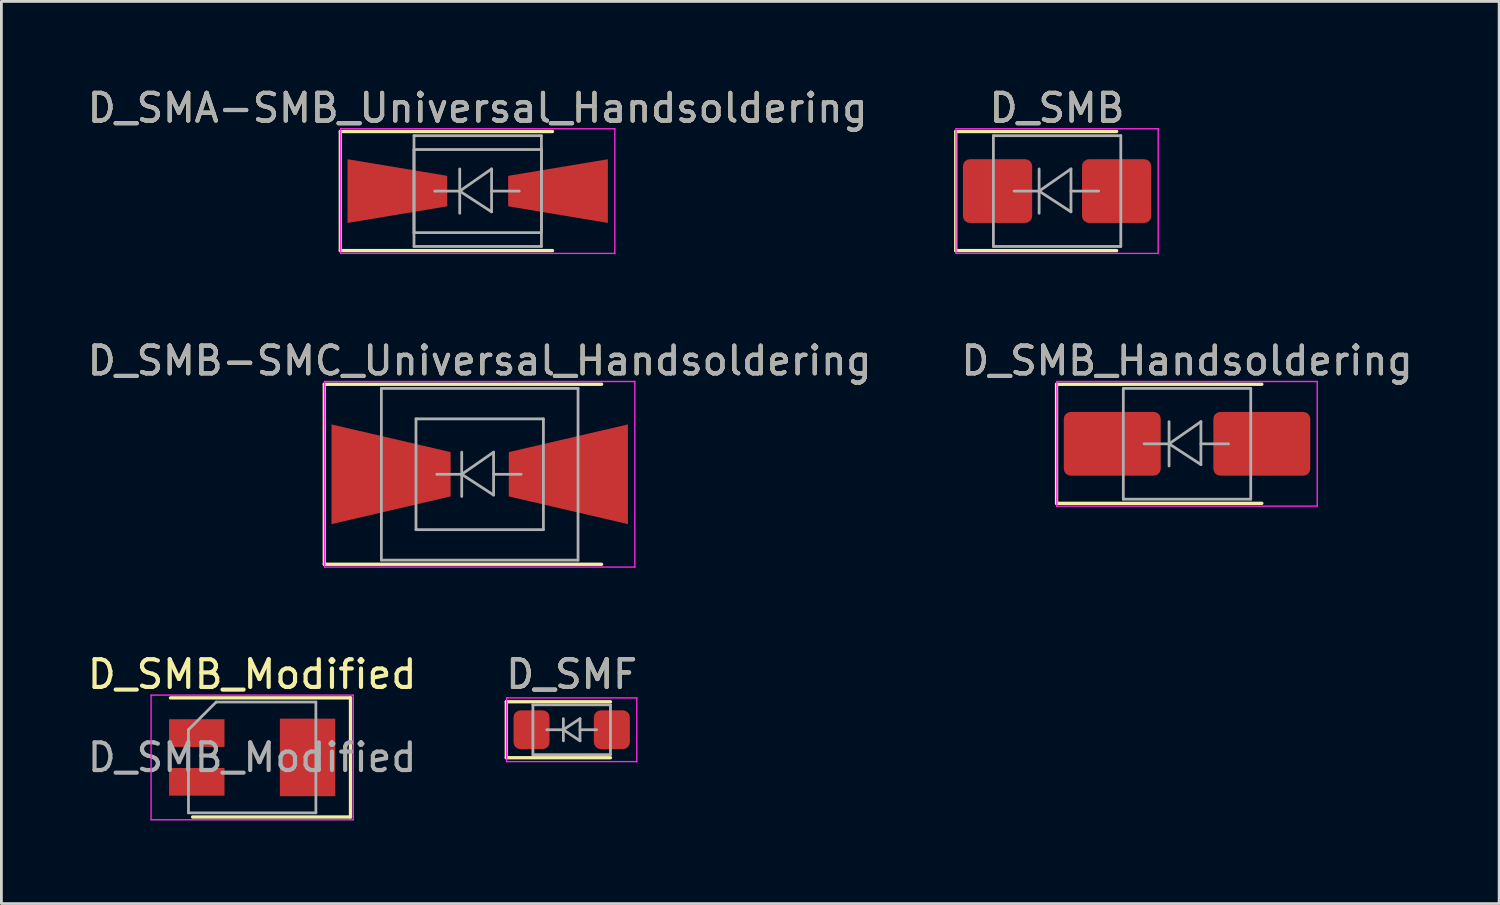
<source format=kicad_pcb>
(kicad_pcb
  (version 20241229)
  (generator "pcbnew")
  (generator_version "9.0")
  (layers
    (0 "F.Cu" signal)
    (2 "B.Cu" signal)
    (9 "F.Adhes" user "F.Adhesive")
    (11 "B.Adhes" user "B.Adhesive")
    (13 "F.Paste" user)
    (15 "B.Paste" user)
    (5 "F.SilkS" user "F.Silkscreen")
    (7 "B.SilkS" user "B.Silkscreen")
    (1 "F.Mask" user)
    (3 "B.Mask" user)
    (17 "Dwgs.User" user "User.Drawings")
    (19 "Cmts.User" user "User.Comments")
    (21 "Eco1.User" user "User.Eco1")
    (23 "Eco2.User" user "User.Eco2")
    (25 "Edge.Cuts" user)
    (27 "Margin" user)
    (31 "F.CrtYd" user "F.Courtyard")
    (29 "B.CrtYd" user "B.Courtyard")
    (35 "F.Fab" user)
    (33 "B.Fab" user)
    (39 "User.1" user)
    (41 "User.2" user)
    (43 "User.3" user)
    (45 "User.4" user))
  (footprint "D_SMB"
    (layer "F.Cu")
    (at 35.113 3.848)
    (property "Reference" "D_SMB" (at 0 -3 0) (layer "F.SilkS") (effects (font (size 1 1) (thickness 0.15))))
    (attr smd)
    (fp_line (start -3.66 -2.15) (end -3.66 2.15) (stroke (width 0.12) (type solid)) (layer "F.SilkS"))
    (fp_line (start -3.66 -2.15) (end 2.15 -2.15) (stroke (width 0.12) (type solid)) (layer "F.SilkS"))
    (fp_line (start -3.66 2.15) (end 2.15 2.15) (stroke (width 0.12) (type solid)) (layer "F.SilkS"))
    (fp_line (start -3.65 -2.25) (end 3.65 -2.25) (stroke (width 0.05) (type solid)) (layer "F.CrtYd"))
    (fp_line (start -3.65 2.25) (end -3.65 -2.25) (stroke (width 0.05) (type solid)) (layer "F.CrtYd"))
    (fp_line (start 3.65 -2.25) (end 3.65 2.25) (stroke (width 0.05) (type solid)) (layer "F.CrtYd"))
    (fp_line (start 3.65 2.25) (end -3.65 2.25) (stroke (width 0.05) (type solid)) (layer "F.CrtYd"))
    (fp_line (start -2.3 2) (end -2.3 -2) (stroke (width 0.1) (type solid)) (layer "F.Fab"))
    (fp_line (start -0.649 -0.799) (end -0.649 0.801) (stroke (width 0.1) (type solid)) (layer "F.Fab"))
    (fp_line (start -0.649 0.001) (end -1.551 0.001) (stroke (width 0.1) (type solid)) (layer "F.Fab"))
    (fp_line (start -0.649 0.001) (end 0.501 -0.799) (stroke (width 0.1) (type solid)) (layer "F.Fab"))
    (fp_line (start -0.649 0.001) (end 0.501 0.75) (stroke (width 0.1) (type solid)) (layer "F.Fab"))
    (fp_line (start 0.501 0.001) (end 1.499 0.001) (stroke (width 0.1) (type solid)) (layer "F.Fab"))
    (fp_line (start 0.501 0.75) (end 0.501 -0.799) (stroke (width 0.1) (type solid)) (layer "F.Fab"))
    (fp_line (start 2.3 -2) (end -2.3 -2) (stroke (width 0.1) (type solid)) (layer "F.Fab"))
    (fp_line (start 2.3 -2) (end 2.3 2) (stroke (width 0.1) (type solid)) (layer "F.Fab"))
    (fp_line (start 2.3 2) (end -2.3 2) (stroke (width 0.1) (type solid)) (layer "F.Fab"))
    (fp_text user "${REFERENCE}" (at 0 -3 0) (layer "F.Fab") (effects (font (size 1 1) (thickness 0.15))))
    (pad "1" smd roundrect (at -2.15 0) (size 2.5 2.3) (layers "F.Cu" "F.Mask" "F.Paste") (roundrect_rratio 0.109))
    (pad "2" smd roundrect (at 2.15 0) (size 2.5 2.3) (layers "F.Cu" "F.Mask" "F.Paste") (roundrect_rratio 0.109)))
  (footprint "D_SMB_Modified"
    (layer "F.Cu")
    (at 6.054 24.295)
    (property "Reference" "D_SMB_Modified" (at 0 -3 0) (layer "F.SilkS") (effects (font (size 1 1) (thickness 0.15))))
    (attr smd)
    (fp_line (start 3.55 -2.15) (end -2.95 -2.15) (stroke (width 0.12) (type solid)) (layer "F.SilkS"))
    (fp_line (start 3.55 -2.15) (end 3.55 2.15) (stroke (width 0.12) (type solid)) (layer "F.SilkS"))
    (fp_line (start 3.55 2.15) (end -2.15 2.15) (stroke (width 0.12) (type solid)) (layer "F.SilkS"))
    (fp_line (start -3.65 -2.25) (end 3.65 -2.25) (stroke (width 0.05) (type solid)) (layer "F.CrtYd"))
    (fp_line (start -3.65 2.25) (end -3.65 -2.25) (stroke (width 0.05) (type solid)) (layer "F.CrtYd"))
    (fp_line (start 3.65 -2.25) (end 3.65 2.25) (stroke (width 0.05) (type solid)) (layer "F.CrtYd"))
    (fp_line (start 3.65 2.25) (end -3.65 2.25) (stroke (width 0.05) (type solid)) (layer "F.CrtYd"))
    (fp_line (start -2.3 2) (end -2.3 -1) (stroke (width 0.1) (type solid)) (layer "F.Fab"))
    (fp_line (start -1.3 -2) (end -2.3 -1) (stroke (width 0.1) (type solid)) (layer "F.Fab"))
    (fp_line (start 2.3 -2) (end -1.3 -2) (stroke (width 0.1) (type solid)) (layer "F.Fab"))
    (fp_line (start 2.3 -2) (end 2.3 2) (stroke (width 0.1) (type solid)) (layer "F.Fab"))
    (fp_line (start 2.3 2) (end -2.3 2) (stroke (width 0.1) (type solid)) (layer "F.Fab"))
    (fp_text user "${REFERENCE}" (at 0 0 0) (layer "F.Fab") (effects (font (size 1 1) (thickness 0.15))))
    (pad "1" smd rect (at -2 -0.88) (size 2 1) (layers "F.Cu" "F.Mask" "F.Paste"))
    (pad "2" smd rect (at 2 0) (size 2 2.8) (layers "F.Cu" "F.Mask" "F.Paste"))
    (pad "3" smd rect (at -2 0.88) (size 2 1) (layers "F.Cu" "F.Mask" "F.Paste")))
  (footprint "D_SMA-SMB_Universal_Handsoldering"
    (layer "F.Cu")
    (at 14.196 3.848)
    (property "Reference" "D_SMA-SMB_Universal_Handsoldering" (at 0 -3 0) (layer "F.SilkS") (effects (font (size 1 1) (thickness 0.15))))
    (attr smd)
    (fp_line (start -4.96 -2.15) (end -4.96 2.15) (stroke (width 0.12) (type solid)) (layer "F.SilkS"))
    (fp_line (start -4.96 -2.15) (end 2.7 -2.15) (stroke (width 0.12) (type solid)) (layer "F.SilkS"))
    (fp_line (start -4.96 2.15) (end 2.7 2.15) (stroke (width 0.12) (type solid)) (layer "F.SilkS"))
    (fp_line (start -4.95 -2.25) (end 4.95 -2.25) (stroke (width 0.05) (type solid)) (layer "F.CrtYd"))
    (fp_line (start -4.95 2.25) (end -4.95 -2.25) (stroke (width 0.05) (type solid)) (layer "F.CrtYd"))
    (fp_line (start 4.95 -2.25) (end 4.95 2.25) (stroke (width 0.05) (type solid)) (layer "F.CrtYd"))
    (fp_line (start 4.95 2.25) (end -4.95 2.25) (stroke (width 0.05) (type solid)) (layer "F.CrtYd"))
    (fp_line (start -2.3 1.5) (end -2.3 -1.5) (stroke (width 0.1) (type solid)) (layer "F.Fab"))
    (fp_line (start -2.3 2) (end -2.3 -2) (stroke (width 0.1) (type solid)) (layer "F.Fab"))
    (fp_line (start -0.649 -0.799) (end -0.649 0.801) (stroke (width 0.1) (type solid)) (layer "F.Fab"))
    (fp_line (start -0.649 0.001) (end -1.551 0.001) (stroke (width 0.1) (type solid)) (layer "F.Fab"))
    (fp_line (start -0.649 0.001) (end 0.501 -0.799) (stroke (width 0.1) (type solid)) (layer "F.Fab"))
    (fp_line (start -0.649 0.001) (end 0.501 0.75) (stroke (width 0.1) (type solid)) (layer "F.Fab"))
    (fp_line (start 0.501 0.001) (end 1.499 0.001) (stroke (width 0.1) (type solid)) (layer "F.Fab"))
    (fp_line (start 0.501 0.75) (end 0.501 -0.799) (stroke (width 0.1) (type solid)) (layer "F.Fab"))
    (fp_line (start 2.3 -2) (end -2.3 -2) (stroke (width 0.1) (type solid)) (layer "F.Fab"))
    (fp_line (start 2.3 -2) (end 2.3 2) (stroke (width 0.1) (type solid)) (layer "F.Fab"))
    (fp_line (start 2.3 -1.5) (end -2.3 -1.5) (stroke (width 0.1) (type solid)) (layer "F.Fab"))
    (fp_line (start 2.3 -1.5) (end 2.3 1.5) (stroke (width 0.1) (type solid)) (layer "F.Fab"))
    (fp_line (start 2.3 1.5) (end -2.3 1.5) (stroke (width 0.1) (type solid)) (layer "F.Fab"))
    (fp_line (start 2.3 2) (end -2.3 2) (stroke (width 0.1) (type solid)) (layer "F.Fab"))
    (fp_text user "${REFERENCE}" (at 0 -3 0) (layer "F.Fab") (effects (font (size 1 1) (thickness 0.15))))
    (pad "1" smd trapezoid (at -2.9 0) (size 3.6 1.7) (rect_delta 0.6 0) (layers "F.Cu" "F.Mask" "F.Paste"))
    (pad "2" smd trapezoid (at 2.9 0 180) (size 3.6 1.7) (rect_delta 0.6 0) (layers "F.Cu" "F.Mask" "F.Paste")))
  (footprint "D_SMB_Handsoldering"
    (layer "F.Cu")
    (at 39.804 12.972)
    (property "Reference" "D_SMB_Handsoldering" (at 0 -3 0) (layer "F.SilkS") (effects (font (size 1 1) (thickness 0.15))))
    (attr smd)
    (fp_line (start -4.71 -2.15) (end -4.71 2.15) (stroke (width 0.12) (type solid)) (layer "F.SilkS"))
    (fp_line (start -4.71 -2.15) (end 2.7 -2.15) (stroke (width 0.12) (type solid)) (layer "F.SilkS"))
    (fp_line (start -4.71 2.15) (end 2.7 2.15) (stroke (width 0.12) (type solid)) (layer "F.SilkS"))
    (fp_line (start -4.7 -2.25) (end 4.7 -2.25) (stroke (width 0.05) (type solid)) (layer "F.CrtYd"))
    (fp_line (start -4.7 2.25) (end -4.7 -2.25) (stroke (width 0.05) (type solid)) (layer "F.CrtYd"))
    (fp_line (start 4.7 -2.25) (end 4.7 2.25) (stroke (width 0.05) (type solid)) (layer "F.CrtYd"))
    (fp_line (start 4.7 2.25) (end -4.7 2.25) (stroke (width 0.05) (type solid)) (layer "F.CrtYd"))
    (fp_line (start -2.3 2) (end -2.3 -2) (stroke (width 0.1) (type solid)) (layer "F.Fab"))
    (fp_line (start -0.649 -0.799) (end -0.649 0.801) (stroke (width 0.1) (type solid)) (layer "F.Fab"))
    (fp_line (start -0.649 0.001) (end -1.551 0.001) (stroke (width 0.1) (type solid)) (layer "F.Fab"))
    (fp_line (start -0.649 0.001) (end 0.501 -0.799) (stroke (width 0.1) (type solid)) (layer "F.Fab"))
    (fp_line (start -0.649 0.001) (end 0.501 0.75) (stroke (width 0.1) (type solid)) (layer "F.Fab"))
    (fp_line (start 0.501 0.001) (end 1.499 0.001) (stroke (width 0.1) (type solid)) (layer "F.Fab"))
    (fp_line (start 0.501 0.75) (end 0.501 -0.799) (stroke (width 0.1) (type solid)) (layer "F.Fab"))
    (fp_line (start 2.3 -2) (end -2.3 -2) (stroke (width 0.1) (type solid)) (layer "F.Fab"))
    (fp_line (start 2.3 -2) (end 2.3 2) (stroke (width 0.1) (type solid)) (layer "F.Fab"))
    (fp_line (start 2.3 2) (end -2.3 2) (stroke (width 0.1) (type solid)) (layer "F.Fab"))
    (fp_text user "${REFERENCE}" (at 0 -3 0) (layer "F.Fab") (effects (font (size 1 1) (thickness 0.15))))
    (pad "1" smd roundrect (at -2.7 0) (size 3.5 2.3) (layers "F.Cu" "F.Mask" "F.Paste") (roundrect_rratio 0.109))
    (pad "2" smd roundrect (at 2.7 0) (size 3.5 2.3) (layers "F.Cu" "F.Mask" "F.Paste") (roundrect_rratio 0.109)))
  (footprint "D_SMB-SMC_Universal_Handsoldering"
    (layer "F.Cu")
    (at 14.268 14.072)
    (property "Reference" "D_SMB-SMC_Universal_Handsoldering" (at 0 -4.1 0) (layer "F.SilkS") (effects (font (size 1 1) (thickness 0.15))))
    (attr smd)
    (fp_line (start -5.61 -3.25) (end 4.4 -3.25) (stroke (width 0.12) (type solid)) (layer "F.SilkS"))
    (fp_line (start -5.61 3.25) (end -5.61 -3.25) (stroke (width 0.12) (type solid)) (layer "F.SilkS"))
    (fp_line (start -5.61 3.25) (end 4.4 3.25) (stroke (width 0.12) (type solid)) (layer "F.SilkS"))
    (fp_line (start -5.6 -3.35) (end 5.6 -3.35) (stroke (width 0.05) (type solid)) (layer "F.CrtYd"))
    (fp_line (start -5.6 3.35) (end -5.6 -3.35) (stroke (width 0.05) (type solid)) (layer "F.CrtYd"))
    (fp_line (start 5.6 -3.35) (end 5.6 3.35) (stroke (width 0.05) (type solid)) (layer "F.CrtYd"))
    (fp_line (start 5.6 3.35) (end -5.6 3.35) (stroke (width 0.05) (type solid)) (layer "F.CrtYd"))
    (fp_line (start -3.55 3.1) (end -3.55 -3.1) (stroke (width 0.1) (type solid)) (layer "F.Fab"))
    (fp_line (start -2.3 2) (end -2.3 -2) (stroke (width 0.1) (type solid)) (layer "F.Fab"))
    (fp_line (start -0.649 -0.799) (end -0.649 0.801) (stroke (width 0.1) (type solid)) (layer "F.Fab"))
    (fp_line (start -0.649 0.001) (end -1.551 0.001) (stroke (width 0.1) (type solid)) (layer "F.Fab"))
    (fp_line (start -0.649 0.001) (end 0.501 -0.799) (stroke (width 0.1) (type solid)) (layer "F.Fab"))
    (fp_line (start -0.649 0.001) (end 0.501 0.75) (stroke (width 0.1) (type solid)) (layer "F.Fab"))
    (fp_line (start 0.501 0.001) (end 1.499 0.001) (stroke (width 0.1) (type solid)) (layer "F.Fab"))
    (fp_line (start 0.501 0.75) (end 0.501 -0.799) (stroke (width 0.1) (type solid)) (layer "F.Fab"))
    (fp_line (start 2.3 -2) (end -2.3 -2) (stroke (width 0.1) (type solid)) (layer "F.Fab"))
    (fp_line (start 2.3 -2) (end 2.3 2) (stroke (width 0.1) (type solid)) (layer "F.Fab"))
    (fp_line (start 2.3 2) (end -2.3 2) (stroke (width 0.1) (type solid)) (layer "F.Fab"))
    (fp_line (start 3.55 -3.1) (end -3.55 -3.1) (stroke (width 0.1) (type solid)) (layer "F.Fab"))
    (fp_line (start 3.55 -3.1) (end 3.55 3.1) (stroke (width 0.1) (type solid)) (layer "F.Fab"))
    (fp_line (start 3.55 3.1) (end -3.55 3.1) (stroke (width 0.1) (type solid)) (layer "F.Fab"))
    (fp_text user "${REFERENCE}" (at 0 -4.1 0) (layer "F.Fab") (effects (font (size 1 1) (thickness 0.15))))
    (pad "1" smd trapezoid (at -3.2 0) (size 4.3 2.6) (rect_delta 1 0) (layers "F.Cu" "F.Mask" "F.Paste"))
    (pad "2" smd trapezoid (at 3.2 0 180) (size 4.3 2.6) (rect_delta 1 0) (layers "F.Cu" "F.Mask" "F.Paste")))
  (footprint "D_SMF"
    (layer "F.Cu")
    (at 17.589 23.295)
    (property "Reference" "D_SMF" (at 0 -2 0) (layer "F.SilkS") (effects (font (size 1 1) (thickness 0.15))))
    (attr smd)
    (fp_line (start -2.36 -1.01) (end -2.36 1.01) (stroke (width 0.12) (type solid)) (layer "F.SilkS"))
    (fp_line (start -2.36 -1.01) (end 1.4 -1.01) (stroke (width 0.12) (type solid)) (layer "F.SilkS"))
    (fp_line (start -2.36 1.01) (end 1.4 1.01) (stroke (width 0.12) (type solid)) (layer "F.SilkS"))
    (fp_line (start -2.35 -1.15) (end 2.35 -1.15) (stroke (width 0.05) (type solid)) (layer "F.CrtYd"))
    (fp_line (start -2.35 1.15) (end -2.35 -1.15) (stroke (width 0.05) (type solid)) (layer "F.CrtYd"))
    (fp_line (start 2.35 -1.15) (end 2.35 1.15) (stroke (width 0.05) (type solid)) (layer "F.CrtYd"))
    (fp_line (start 2.35 1.15) (end -2.35 1.15) (stroke (width 0.05) (type solid)) (layer "F.CrtYd"))
    (fp_line (start -1.4 0.9) (end -1.4 -0.9) (stroke (width 0.1) (type solid)) (layer "F.Fab"))
    (fp_line (start -0.3 -0.4) (end -0.3 0.4) (stroke (width 0.1) (type solid)) (layer "F.Fab"))
    (fp_line (start -0.3 0) (end -0.9 0) (stroke (width 0.1) (type solid)) (layer "F.Fab"))
    (fp_line (start -0.3 0) (end 0.3 -0.4) (stroke (width 0.1) (type solid)) (layer "F.Fab"))
    (fp_line (start -0.3 0.001) (end 0.3 0.4) (stroke (width 0.1) (type solid)) (layer "F.Fab"))
    (fp_line (start 0.3 0) (end 0.9 0) (stroke (width 0.1) (type solid)) (layer "F.Fab"))
    (fp_line (start 0.3 0.4) (end 0.3 -0.4) (stroke (width 0.1) (type solid)) (layer "F.Fab"))
    (fp_line (start 1.4 -0.9) (end -1.4 -0.9) (stroke (width 0.1) (type solid)) (layer "F.Fab"))
    (fp_line (start 1.4 -0.9) (end 1.4 0.9) (stroke (width 0.1) (type solid)) (layer "F.Fab"))
    (fp_line (start 1.4 0.9) (end -1.4 0.9) (stroke (width 0.1) (type solid)) (layer "F.Fab"))
    (fp_text user "${REFERENCE}" (at 0 -2 0) (layer "F.Fab") (effects (font (size 1 1) (thickness 0.15))))
    (pad "1" smd roundrect (at -1.45 0) (size 1.3 1.4) (layers "F.Cu" "F.Mask" "F.Paste") (roundrect_rratio 0.192))
    (pad "2" smd roundrect (at 1.45 0) (size 1.3 1.4) (layers "F.Cu" "F.Mask" "F.Paste") (roundrect_rratio 0.192)))
  (gr_rect
    (start -3 -3)
    (end 51.071 29.57)
    (stroke (width 0.1) (type default))
    (fill no)
    (layer "Edge.Cuts")))
</source>
